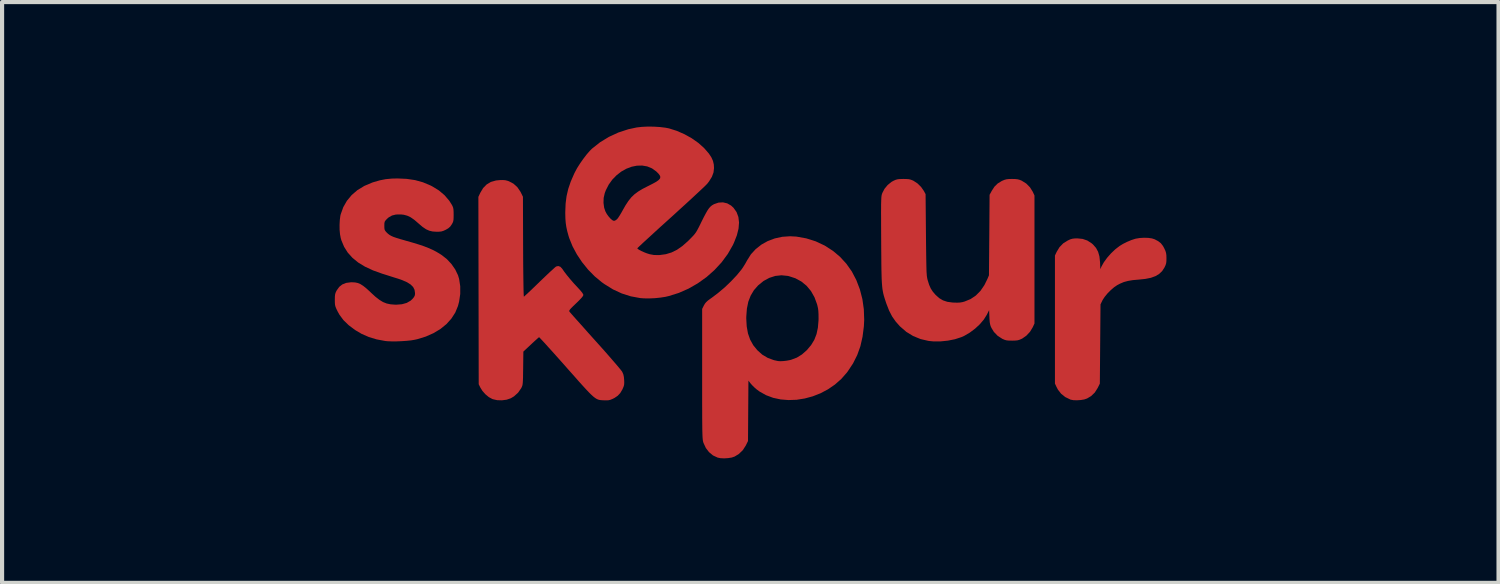
<source format=kicad_pcb>
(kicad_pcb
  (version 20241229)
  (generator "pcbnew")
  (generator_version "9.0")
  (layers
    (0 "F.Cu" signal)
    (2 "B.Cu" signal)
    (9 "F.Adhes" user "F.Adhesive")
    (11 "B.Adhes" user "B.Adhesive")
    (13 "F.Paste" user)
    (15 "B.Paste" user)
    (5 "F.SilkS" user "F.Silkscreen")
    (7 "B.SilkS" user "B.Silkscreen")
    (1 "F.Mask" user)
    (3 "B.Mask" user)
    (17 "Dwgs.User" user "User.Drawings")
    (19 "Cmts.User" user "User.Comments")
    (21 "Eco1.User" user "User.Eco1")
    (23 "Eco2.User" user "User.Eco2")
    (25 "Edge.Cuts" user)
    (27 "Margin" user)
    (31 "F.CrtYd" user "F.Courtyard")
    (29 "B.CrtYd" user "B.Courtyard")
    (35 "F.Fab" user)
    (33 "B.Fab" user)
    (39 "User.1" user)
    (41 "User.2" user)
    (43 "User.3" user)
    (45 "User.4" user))
  (footprint "skepur_logo_copper_mask"
    (layer "F.Cu")
    (at 15.03 3.99)
    (property "Reference" "skepur_logo_copper_mask" (at 0 0 0) (layer "F.Mask") (effects (font (size 1.524 1.524) (thickness 0.3))))
    (attr board_only exclude_from_pos_files exclude_from_bom)
    (fp_poly (pts (xy 9.588 -1.308) (xy 9.678 -1.295) (xy 9.741 -1.275) (xy 9.828 -1.229) (xy 9.893 -1.178) (xy 9.944 -1.112) (xy 9.974 -1.056) (xy 10.002 -0.996) (xy 10.017 -0.946) (xy 10.025 -0.892) (xy 10.027 -0.82) (xy 10.026 -0.749) (xy 10.02 -0.698) (xy 10.006 -0.652) (xy 9.982 -0.601) (xy 9.98 -0.596) (xy 9.925 -0.51) (xy 9.853 -0.441) (xy 9.764 -0.387) (xy 9.652 -0.346) (xy 9.516 -0.319) (xy 9.353 -0.302) (xy 9.351 -0.302) (xy 9.214 -0.29) (xy 9.101 -0.271) (xy 9.001 -0.244) (xy 8.908 -0.205) (xy 8.843 -0.171) (xy 8.765 -0.118) (xy 8.683 -0.047) (xy 8.604 0.033) (xy 8.537 0.115) (xy 8.488 0.19) (xy 8.484 0.199) (xy 8.438 0.294) (xy 8.43 1.249) (xy 8.422 2.204) (xy 8.369 2.31) (xy 8.3 2.419) (xy 8.211 2.504) (xy 8.114 2.562) (xy 8.047 2.585) (xy 7.963 2.599) (xy 7.872 2.605) (xy 7.787 2.603) (xy 7.719 2.59) (xy 7.711 2.587) (xy 7.589 2.528) (xy 7.49 2.449) (xy 7.412 2.349) (xy 7.376 2.28) (xy 7.34 2.203) (xy 7.34 -0.883) (xy 7.382 -0.972) (xy 7.451 -1.086) (xy 7.539 -1.176) (xy 7.648 -1.244) (xy 7.707 -1.272) (xy 7.757 -1.287) (xy 7.81 -1.294) (xy 7.88 -1.296) (xy 7.881 -1.296) (xy 8.008 -1.283) (xy 8.121 -1.244) (xy 8.226 -1.176) (xy 8.259 -1.147) (xy 8.33 -1.066) (xy 8.38 -0.973) (xy 8.412 -0.861) (xy 8.426 -0.727) (xy 8.427 -0.718) (xy 8.433 -0.554) (xy 8.463 -0.621) (xy 8.519 -0.721) (xy 8.597 -0.828) (xy 8.69 -0.934) (xy 8.792 -1.031) (xy 8.896 -1.112) (xy 8.896 -1.112) (xy 8.98 -1.163) (xy 9.08 -1.213) (xy 9.183 -1.256) (xy 9.275 -1.286) (xy 9.288 -1.289) (xy 9.384 -1.305) (xy 9.487 -1.311)) (stroke (width 0) (type solid)) (fill yes) (layer "F.Cu"))
    (fp_poly (pts (xy 1.11 -1.339) (xy 1.349 -1.296) (xy 1.577 -1.224) (xy 1.792 -1.123) (xy 1.992 -0.994) (xy 2.161 -0.852) (xy 2.314 -0.685) (xy 2.446 -0.498) (xy 2.554 -0.291) (xy 2.639 -0.069) (xy 2.7 0.167) (xy 2.735 0.413) (xy 2.744 0.668) (xy 2.736 0.824) (xy 2.704 1.074) (xy 2.652 1.303) (xy 2.576 1.515) (xy 2.476 1.715) (xy 2.35 1.906) (xy 2.327 1.937) (xy 2.192 2.091) (xy 2.039 2.226) (xy 1.871 2.341) (xy 1.692 2.436) (xy 1.504 2.51) (xy 1.311 2.562) (xy 1.116 2.593) (xy 0.922 2.6) (xy 0.732 2.585) (xy 0.55 2.546) (xy 0.378 2.482) (xy 0.22 2.393) (xy 0.15 2.341) (xy 0.095 2.293) (xy 0.042 2.24) (xy 0.005 2.198) (xy -0.046 2.131) (xy -0.051 2.859) (xy -0.056 3.587) (xy -0.108 3.693) (xy -0.181 3.807) (xy -0.278 3.9) (xy -0.378 3.961) (xy -0.448 3.985) (xy -0.537 3.999) (xy -0.632 4.005) (xy -0.722 4) (xy -0.789 3.986) (xy -0.9 3.934) (xy -0.995 3.855) (xy -1.072 3.755) (xy -1.127 3.636) (xy -1.132 3.622) (xy -1.137 3.606) (xy -1.141 3.587) (xy -1.145 3.564) (xy -1.148 3.535) (xy -1.151 3.498) (xy -1.153 3.451) (xy -1.155 3.392) (xy -1.157 3.32) (xy -1.158 3.231) (xy -1.159 3.125) (xy -1.16 2.999) (xy -1.16 2.852) (xy -1.161 2.681) (xy -1.161 2.484) (xy -1.161 2.259) (xy -1.161 2.005) (xy -1.161 1.966) (xy -1.161 0.636) (xy -0.098 0.636) (xy -0.087 0.826) (xy -0.057 0.994) (xy -0.004 1.144) (xy 0.071 1.279) (xy 0.169 1.399) (xy 0.287 1.505) (xy 0.42 1.584) (xy 0.57 1.639) (xy 0.668 1.66) (xy 0.724 1.664) (xy 0.8 1.66) (xy 0.883 1.65) (xy 0.961 1.635) (xy 0.986 1.628) (xy 1.121 1.577) (xy 1.244 1.501) (xy 1.362 1.397) (xy 1.364 1.394) (xy 1.465 1.275) (xy 1.541 1.149) (xy 1.595 1.011) (xy 1.628 0.857) (xy 1.643 0.681) (xy 1.644 0.628) (xy 1.643 0.53) (xy 1.639 0.453) (xy 1.631 0.389) (xy 1.617 0.327) (xy 1.609 0.295) (xy 1.546 0.123) (xy 1.461 -0.027) (xy 1.355 -0.154) (xy 1.229 -0.257) (xy 1.085 -0.335) (xy 0.924 -0.387) (xy 0.901 -0.392) (xy 0.75 -0.407) (xy 0.601 -0.391) (xy 0.456 -0.344) (xy 0.318 -0.269) (xy 0.189 -0.164) (xy 0.188 -0.163) (xy 0.086 -0.047) (xy 0.008 0.084) (xy -0.049 0.231) (xy -0.083 0.398) (xy -0.097 0.587) (xy -0.098 0.636) (xy -1.161 0.636) (xy -1.161 0.404) (xy -1.12 0.322) (xy -1.096 0.28) (xy -1.067 0.244) (xy -1.027 0.206) (xy -0.968 0.162) (xy -0.932 0.137) (xy -0.775 0.018) (xy -0.616 -0.116) (xy -0.465 -0.261) (xy -0.327 -0.407) (xy -0.213 -0.546) (xy -0.172 -0.606) (xy -0.125 -0.681) (xy -0.083 -0.756) (xy -0.076 -0.769) (xy 0.015 -0.913) (xy 0.131 -1.039) (xy 0.267 -1.146) (xy 0.421 -1.232) (xy 0.589 -1.295) (xy 0.769 -1.334) (xy 0.957 -1.347)) (stroke (width 0) (type solid)) (fill yes) (layer "F.Cu"))
    (fp_poly (pts (xy 6.383 -2.726) (xy 6.439 -2.72) (xy 6.486 -2.708) (xy 6.537 -2.687) (xy 6.539 -2.686) (xy 6.648 -2.618) (xy 6.739 -2.526) (xy 6.805 -2.42) (xy 6.847 -2.33) (xy 6.847 0.755) (xy 6.805 0.846) (xy 6.739 0.955) (xy 6.653 1.047) (xy 6.555 1.116) (xy 6.539 1.124) (xy 6.489 1.146) (xy 6.442 1.16) (xy 6.388 1.166) (xy 6.316 1.168) (xy 6.306 1.168) (xy 6.232 1.167) (xy 6.178 1.162) (xy 6.134 1.151) (xy 6.087 1.131) (xy 6.073 1.125) (xy 5.961 1.053) (xy 5.869 0.958) (xy 5.811 0.863) (xy 5.79 0.817) (xy 5.777 0.771) (xy 5.768 0.718) (xy 5.763 0.646) (xy 5.761 0.604) (xy 5.754 0.433) (xy 5.697 0.547) (xy 5.626 0.66) (xy 5.53 0.773) (xy 5.416 0.879) (xy 5.289 0.974) (xy 5.156 1.052) (xy 5.082 1.085) (xy 4.931 1.134) (xy 4.762 1.168) (xy 4.587 1.186) (xy 4.417 1.187) (xy 4.295 1.175) (xy 4.102 1.13) (xy 3.923 1.057) (xy 3.758 0.956) (xy 3.607 0.825) (xy 3.602 0.82) (xy 3.501 0.706) (xy 3.416 0.584) (xy 3.345 0.447) (xy 3.282 0.286) (xy 3.274 0.264) (xy 3.253 0.2) (xy 3.234 0.142) (xy 3.218 0.088) (xy 3.204 0.035) (xy 3.193 -0.021) (xy 3.183 -0.081) (xy 3.176 -0.148) (xy 3.17 -0.225) (xy 3.165 -0.316) (xy 3.162 -0.422) (xy 3.159 -0.546) (xy 3.157 -0.692) (xy 3.156 -0.861) (xy 3.154 -1.058) (xy 3.153 -1.25) (xy 3.152 -1.458) (xy 3.151 -1.638) (xy 3.151 -1.79) (xy 3.15 -1.918) (xy 3.151 -2.024) (xy 3.151 -2.11) (xy 3.153 -2.179) (xy 3.155 -2.234) (xy 3.157 -2.276) (xy 3.16 -2.309) (xy 3.164 -2.335) (xy 3.169 -2.356) (xy 3.175 -2.374) (xy 3.181 -2.39) (xy 3.233 -2.49) (xy 3.309 -2.582) (xy 3.4 -2.656) (xy 3.448 -2.683) (xy 3.496 -2.705) (xy 3.539 -2.718) (xy 3.588 -2.725) (xy 3.653 -2.727) (xy 3.69 -2.728) (xy 3.766 -2.726) (xy 3.821 -2.722) (xy 3.865 -2.711) (xy 3.909 -2.694) (xy 3.931 -2.684) (xy 4.027 -2.621) (xy 4.114 -2.536) (xy 4.183 -2.437) (xy 4.186 -2.431) (xy 4.223 -2.362) (xy 4.232 -1.384) (xy 4.234 -1.182) (xy 4.236 -1.01) (xy 4.238 -0.864) (xy 4.24 -0.741) (xy 4.242 -0.641) (xy 4.244 -0.558) (xy 4.246 -0.492) (xy 4.25 -0.439) (xy 4.253 -0.396) (xy 4.258 -0.361) (xy 4.263 -0.332) (xy 4.269 -0.306) (xy 4.275 -0.284) (xy 4.309 -0.176) (xy 4.347 -0.09) (xy 4.395 -0.015) (xy 4.46 0.061) (xy 4.464 0.065) (xy 4.55 0.143) (xy 4.641 0.197) (xy 4.745 0.232) (xy 4.868 0.249) (xy 4.901 0.251) (xy 4.985 0.253) (xy 5.051 0.25) (xy 5.11 0.24) (xy 5.165 0.225) (xy 5.308 0.166) (xy 5.434 0.081) (xy 5.545 -0.031) (xy 5.64 -0.17) (xy 5.713 -0.318) (xy 5.75 -0.406) (xy 5.758 -1.376) (xy 5.765 -2.346) (xy 5.82 -2.446) (xy 5.884 -2.544) (xy 5.961 -2.619) (xy 6.059 -2.679) (xy 6.075 -2.686) (xy 6.125 -2.707) (xy 6.173 -2.72) (xy 6.229 -2.726) (xy 6.305 -2.728) (xy 6.306 -2.728)) (stroke (width 0) (type solid)) (fill yes) (layer "F.Cu"))
    (fp_poly (pts (xy -5.907 -2.698) (xy -5.855 -2.685) (xy -5.819 -2.673) (xy -5.707 -2.614) (xy -5.614 -2.53) (xy -5.54 -2.422) (xy -5.531 -2.405) (xy -5.479 -2.299) (xy -5.475 -1.093) (xy -5.474 -0.875) (xy -5.473 -0.674) (xy -5.471 -0.492) (xy -5.469 -0.331) (xy -5.467 -0.193) (xy -5.465 -0.078) (xy -5.463 0.011) (xy -5.46 0.072) (xy -5.458 0.104) (xy -5.456 0.109) (xy -5.442 0.097) (xy -5.407 0.065) (xy -5.355 0.017) (xy -5.289 -0.045) (xy -5.212 -0.119) (xy -5.126 -0.202) (xy -5.079 -0.248) (xy -4.988 -0.335) (xy -4.904 -0.415) (xy -4.829 -0.486) (xy -4.765 -0.544) (xy -4.717 -0.588) (xy -4.687 -0.613) (xy -4.68 -0.618) (xy -4.628 -0.63) (xy -4.578 -0.612) (xy -4.534 -0.566) (xy -4.53 -0.56) (xy -4.484 -0.493) (xy -4.42 -0.41) (xy -4.343 -0.316) (xy -4.258 -0.218) (xy -4.169 -0.122) (xy -4.166 -0.119) (xy -4.095 -0.041) (xy -4.048 0.017) (xy -4.026 0.056) (xy -4.024 0.067) (xy -4.032 0.091) (xy -4.06 0.128) (xy -4.108 0.18) (xy -4.178 0.25) (xy -4.201 0.272) (xy -4.269 0.337) (xy -4.316 0.384) (xy -4.345 0.416) (xy -4.36 0.439) (xy -4.364 0.455) (xy -4.359 0.468) (xy -4.356 0.472) (xy -4.342 0.489) (xy -4.308 0.528) (xy -4.257 0.586) (xy -4.19 0.661) (xy -4.11 0.75) (xy -4.019 0.852) (xy -3.919 0.965) (xy -3.811 1.085) (xy -3.73 1.175) (xy -3.617 1.301) (xy -3.509 1.422) (xy -3.409 1.536) (xy -3.319 1.64) (xy -3.24 1.731) (xy -3.175 1.808) (xy -3.126 1.867) (xy -3.095 1.907) (xy -3.086 1.922) (xy -3.061 1.978) (xy -3.047 2.041) (xy -3.04 2.12) (xy -3.038 2.187) (xy -3.042 2.236) (xy -3.055 2.28) (xy -3.078 2.333) (xy -3.084 2.346) (xy -3.135 2.432) (xy -3.196 2.497) (xy -3.275 2.55) (xy -3.321 2.573) (xy -3.373 2.594) (xy -3.419 2.605) (xy -3.475 2.607) (xy -3.528 2.606) (xy -3.57 2.604) (xy -3.606 2.601) (xy -3.64 2.596) (xy -3.673 2.586) (xy -3.707 2.57) (xy -3.743 2.547) (xy -3.784 2.515) (xy -3.832 2.471) (xy -3.889 2.415) (xy -3.956 2.344) (xy -4.036 2.257) (xy -4.13 2.153) (xy -4.24 2.028) (xy -4.369 1.883) (xy -4.439 1.804) (xy -4.553 1.675) (xy -4.661 1.554) (xy -4.761 1.442) (xy -4.852 1.342) (xy -4.93 1.255) (xy -4.995 1.184) (xy -5.045 1.131) (xy -5.077 1.097) (xy -5.091 1.085) (xy -5.091 1.085) (xy -5.106 1.097) (xy -5.14 1.127) (xy -5.189 1.171) (xy -5.248 1.225) (xy -5.286 1.261) (xy -5.469 1.432) (xy -5.474 1.833) (xy -5.476 1.957) (xy -5.477 2.053) (xy -5.48 2.125) (xy -5.483 2.18) (xy -5.487 2.219) (xy -5.493 2.249) (xy -5.502 2.274) (xy -5.513 2.298) (xy -5.521 2.314) (xy -5.597 2.423) (xy -5.695 2.511) (xy -5.772 2.557) (xy -5.872 2.591) (xy -5.985 2.606) (xy -6.1 2.603) (xy -6.205 2.579) (xy -6.218 2.574) (xy -6.301 2.529) (xy -6.383 2.461) (xy -6.455 2.38) (xy -6.506 2.298) (xy -6.545 2.219) (xy -6.549 -0.039) (xy -6.553 -2.296) (xy -6.507 -2.394) (xy -6.439 -2.508) (xy -6.354 -2.595) (xy -6.252 -2.656) (xy -6.13 -2.691) (xy -6.044 -2.7) (xy -5.966 -2.702)) (stroke (width 0) (type solid)) (fill yes) (layer "F.Cu"))
    (fp_poly (pts (xy -8.28 -2.73) (xy -8.078 -2.7) (xy -7.89 -2.648) (xy -7.711 -2.573) (xy -7.667 -2.551) (xy -7.504 -2.451) (xy -7.368 -2.336) (xy -7.255 -2.204) (xy -7.193 -2.106) (xy -7.173 -2.067) (xy -7.16 -2.031) (xy -7.153 -1.989) (xy -7.15 -1.933) (xy -7.149 -1.868) (xy -7.15 -1.793) (xy -7.153 -1.741) (xy -7.161 -1.702) (xy -7.174 -1.669) (xy -7.196 -1.631) (xy -7.197 -1.629) (xy -7.235 -1.576) (xy -7.281 -1.537) (xy -7.34 -1.503) (xy -7.395 -1.478) (xy -7.443 -1.463) (xy -7.498 -1.457) (xy -7.563 -1.456) (xy -7.655 -1.462) (xy -7.736 -1.481) (xy -7.814 -1.516) (xy -7.896 -1.571) (xy -7.988 -1.649) (xy -8 -1.66) (xy -8.097 -1.743) (xy -8.183 -1.803) (xy -8.265 -1.842) (xy -8.349 -1.865) (xy -8.421 -1.873) (xy -8.538 -1.871) (xy -8.635 -1.847) (xy -8.717 -1.8) (xy -8.757 -1.764) (xy -8.791 -1.727) (xy -8.81 -1.697) (xy -8.818 -1.66) (xy -8.819 -1.606) (xy -8.819 -1.599) (xy -8.818 -1.541) (xy -8.811 -1.503) (xy -8.794 -1.473) (xy -8.764 -1.439) (xy -8.73 -1.407) (xy -8.695 -1.38) (xy -8.653 -1.356) (xy -8.6 -1.332) (xy -8.53 -1.308) (xy -8.44 -1.28) (xy -8.324 -1.247) (xy -8.308 -1.242) (xy -8.135 -1.193) (xy -7.988 -1.148) (xy -7.863 -1.106) (xy -7.755 -1.064) (xy -7.66 -1.022) (xy -7.572 -0.977) (xy -7.488 -0.927) (xy -7.441 -0.897) (xy -7.313 -0.797) (xy -7.202 -0.678) (xy -7.111 -0.547) (xy -7.044 -0.408) (xy -7.017 -0.318) (xy -6.99 -0.142) (xy -6.99 0.042) (xy -7.017 0.227) (xy -7.045 0.334) (xy -7.11 0.492) (xy -7.204 0.638) (xy -7.323 0.77) (xy -7.467 0.887) (xy -7.633 0.987) (xy -7.82 1.07) (xy -8.025 1.133) (xy -8.088 1.147) (xy -8.176 1.162) (xy -8.286 1.173) (xy -8.406 1.181) (xy -8.529 1.186) (xy -8.645 1.186) (xy -8.745 1.182) (xy -8.795 1.177) (xy -9.004 1.138) (xy -9.192 1.081) (xy -9.366 1.005) (xy -9.524 0.912) (xy -9.678 0.796) (xy -9.804 0.674) (xy -9.901 0.543) (xy -9.944 0.466) (xy -9.976 0.4) (xy -9.996 0.351) (xy -10.007 0.306) (xy -10.011 0.256) (xy -10.012 0.188) (xy -10.012 0.184) (xy -10.011 0.111) (xy -10.006 0.06) (xy -9.996 0.019) (xy -9.978 -0.021) (xy -9.966 -0.043) (xy -9.906 -0.127) (xy -9.832 -0.186) (xy -9.74 -0.223) (xy -9.626 -0.238) (xy -9.591 -0.238) (xy -9.52 -0.234) (xy -9.456 -0.22) (xy -9.393 -0.193) (xy -9.327 -0.151) (xy -9.251 -0.09) (xy -9.162 -0.009) (xy -9.14 0.013) (xy -9.034 0.11) (xy -8.939 0.184) (xy -8.851 0.238) (xy -8.763 0.273) (xy -8.668 0.293) (xy -8.562 0.301) (xy -8.531 0.302) (xy -8.395 0.291) (xy -8.28 0.259) (xy -8.186 0.205) (xy -8.145 0.167) (xy -8.108 0.123) (xy -8.088 0.088) (xy -8.08 0.049) (xy -8.08 0.02) (xy -8.091 -0.056) (xy -8.125 -0.124) (xy -8.185 -0.184) (xy -8.272 -0.239) (xy -8.388 -0.29) (xy -8.485 -0.324) (xy -8.573 -0.351) (xy -8.677 -0.384) (xy -8.783 -0.418) (xy -8.867 -0.444) (xy -9.09 -0.524) (xy -9.284 -0.614) (xy -9.45 -0.715) (xy -9.588 -0.828) (xy -9.701 -0.954) (xy -9.789 -1.094) (xy -9.854 -1.249) (xy -9.87 -1.305) (xy -9.887 -1.396) (xy -9.897 -1.505) (xy -9.898 -1.623) (xy -9.892 -1.738) (xy -9.879 -1.839) (xy -9.87 -1.877) (xy -9.808 -2.049) (xy -9.72 -2.203) (xy -9.605 -2.341) (xy -9.466 -2.46) (xy -9.301 -2.56) (xy -9.113 -2.64) (xy -9.074 -2.653) (xy -8.927 -2.695) (xy -8.785 -2.723) (xy -8.636 -2.737) (xy -8.501 -2.74)) (stroke (width 0) (type solid)) (fill yes) (layer "F.Cu"))
    (fp_poly (pts (xy -2.323 -3.988) (xy -2.178 -3.979) (xy -2.046 -3.963) (xy -1.959 -3.946) (xy -1.772 -3.887) (xy -1.589 -3.807) (xy -1.414 -3.71) (xy -1.255 -3.598) (xy -1.116 -3.475) (xy -1.003 -3.345) (xy -1.001 -3.343) (xy -0.939 -3.249) (xy -0.9 -3.163) (xy -0.88 -3.076) (xy -0.875 -2.99) (xy -0.887 -2.885) (xy -0.926 -2.78) (xy -0.993 -2.671) (xy -1.037 -2.614) (xy -1.061 -2.589) (xy -1.105 -2.545) (xy -1.17 -2.484) (xy -1.251 -2.408) (xy -1.348 -2.318) (xy -1.457 -2.217) (xy -1.578 -2.106) (xy -1.707 -1.989) (xy -1.842 -1.865) (xy -1.912 -1.802) (xy -2.048 -1.679) (xy -2.177 -1.563) (xy -2.296 -1.454) (xy -2.405 -1.354) (xy -2.501 -1.266) (xy -2.583 -1.191) (xy -2.647 -1.131) (xy -2.693 -1.088) (xy -2.719 -1.063) (xy -2.723 -1.058) (xy -2.712 -1.042) (xy -2.678 -1.019) (xy -2.627 -0.992) (xy -2.565 -0.964) (xy -2.5 -0.938) (xy -2.437 -0.918) (xy -2.418 -0.913) (xy -2.325 -0.896) (xy -2.223 -0.893) (xy -2.179 -0.895) (xy -2.035 -0.915) (xy -1.9 -0.956) (xy -1.768 -1.021) (xy -1.637 -1.112) (xy -1.502 -1.231) (xy -1.47 -1.263) (xy -1.414 -1.32) (xy -1.37 -1.366) (xy -1.335 -1.408) (xy -1.304 -1.452) (xy -1.274 -1.504) (xy -1.239 -1.57) (xy -1.197 -1.655) (xy -1.178 -1.694) (xy -1.12 -1.81) (xy -1.072 -1.9) (xy -1.032 -1.97) (xy -0.996 -2.022) (xy -0.961 -2.061) (xy -0.925 -2.091) (xy -0.885 -2.115) (xy -0.871 -2.122) (xy -0.766 -2.158) (xy -0.66 -2.164) (xy -0.557 -2.14) (xy -0.464 -2.087) (xy -0.405 -2.033) (xy -0.332 -1.93) (xy -0.288 -1.812) (xy -0.272 -1.679) (xy -0.284 -1.532) (xy -0.324 -1.371) (xy -0.393 -1.195) (xy -0.421 -1.134) (xy -0.543 -0.921) (xy -0.692 -0.719) (xy -0.864 -0.533) (xy -1.056 -0.363) (xy -1.266 -0.213) (xy -1.489 -0.085) (xy -1.723 0.018) (xy -1.963 0.093) (xy -2.044 0.112) (xy -2.165 0.131) (xy -2.301 0.145) (xy -2.439 0.151) (xy -2.568 0.149) (xy -2.656 0.142) (xy -2.882 0.1) (xy -3.098 0.031) (xy -3.308 -0.066) (xy -3.515 -0.194) (xy -3.581 -0.241) (xy -3.751 -0.382) (xy -3.91 -0.544) (xy -4.054 -0.722) (xy -4.18 -0.911) (xy -4.284 -1.105) (xy -4.362 -1.298) (xy -4.38 -1.354) (xy -4.412 -1.471) (xy -4.434 -1.572) (xy -4.448 -1.668) (xy -4.456 -1.77) (xy -4.459 -1.89) (xy -4.459 -1.932) (xy -4.451 -2.131) (xy -4.449 -2.151) (xy -3.538 -2.151) (xy -3.522 -2.034) (xy -3.493 -1.948) (xy -3.458 -1.883) (xy -3.413 -1.821) (xy -3.366 -1.769) (xy -3.322 -1.732) (xy -3.286 -1.718) (xy -3.284 -1.718) (xy -3.251 -1.729) (xy -3.214 -1.756) (xy -3.209 -1.761) (xy -3.183 -1.794) (xy -3.149 -1.846) (xy -3.11 -1.911) (xy -3.085 -1.956) (xy -3.01 -2.088) (xy -2.94 -2.195) (xy -2.869 -2.284) (xy -2.792 -2.358) (xy -2.702 -2.425) (xy -2.594 -2.49) (xy -2.462 -2.558) (xy -2.457 -2.56) (xy -2.347 -2.616) (xy -2.264 -2.662) (xy -2.208 -2.703) (xy -2.176 -2.74) (xy -2.168 -2.777) (xy -2.183 -2.816) (xy -2.217 -2.86) (xy -2.267 -2.909) (xy -2.37 -2.983) (xy -2.484 -3.03) (xy -2.606 -3.051) (xy -2.733 -3.048) (xy -2.861 -3.022) (xy -2.988 -2.974) (xy -3.109 -2.906) (xy -3.222 -2.818) (xy -3.325 -2.713) (xy -3.412 -2.592) (xy -3.482 -2.455) (xy -3.508 -2.386) (xy -3.534 -2.272) (xy -3.538 -2.151) (xy -4.449 -2.151) (xy -4.428 -2.314) (xy -4.387 -2.49) (xy -4.326 -2.668) (xy -4.244 -2.856) (xy -4.228 -2.888) (xy -4.174 -2.989) (xy -4.105 -3.098) (xy -4.028 -3.208) (xy -3.949 -3.312) (xy -3.872 -3.401) (xy -3.814 -3.459) (xy -3.622 -3.611) (xy -3.411 -3.74) (xy -3.182 -3.846) (xy -2.942 -3.925) (xy -2.738 -3.969) (xy -2.613 -3.983) (xy -2.471 -3.99)) (stroke (width 0) (type solid)) (fill yes) (layer "F.Cu"))
    (fp_poly (pts (xy 9.588 -1.308) (xy 9.678 -1.295) (xy 9.741 -1.275) (xy 9.828 -1.229) (xy 9.893 -1.178) (xy 9.944 -1.112) (xy 9.974 -1.056) (xy 10.002 -0.996) (xy 10.017 -0.946) (xy 10.025 -0.892) (xy 10.027 -0.82) (xy 10.026 -0.749) (xy 10.02 -0.698) (xy 10.006 -0.652) (xy 9.982 -0.601) (xy 9.98 -0.596) (xy 9.925 -0.51) (xy 9.853 -0.441) (xy 9.764 -0.387) (xy 9.652 -0.346) (xy 9.516 -0.319) (xy 9.353 -0.302) (xy 9.351 -0.302) (xy 9.214 -0.29) (xy 9.101 -0.271) (xy 9.001 -0.244) (xy 8.908 -0.205) (xy 8.843 -0.171) (xy 8.765 -0.118) (xy 8.683 -0.047) (xy 8.604 0.033) (xy 8.537 0.115) (xy 8.488 0.19) (xy 8.484 0.199) (xy 8.438 0.294) (xy 8.43 1.249) (xy 8.422 2.204) (xy 8.369 2.31) (xy 8.3 2.419) (xy 8.211 2.504) (xy 8.114 2.562) (xy 8.047 2.585) (xy 7.963 2.599) (xy 7.872 2.605) (xy 7.787 2.603) (xy 7.719 2.59) (xy 7.711 2.587) (xy 7.589 2.528) (xy 7.49 2.449) (xy 7.412 2.349) (xy 7.376 2.28) (xy 7.34 2.203) (xy 7.34 -0.883) (xy 7.382 -0.972) (xy 7.451 -1.086) (xy 7.539 -1.176) (xy 7.648 -1.244) (xy 7.707 -1.272) (xy 7.757 -1.287) (xy 7.81 -1.294) (xy 7.88 -1.296) (xy 7.881 -1.296) (xy 8.008 -1.283) (xy 8.121 -1.244) (xy 8.226 -1.176) (xy 8.259 -1.147) (xy 8.33 -1.066) (xy 8.38 -0.973) (xy 8.412 -0.861) (xy 8.426 -0.727) (xy 8.427 -0.718) (xy 8.433 -0.554) (xy 8.463 -0.621) (xy 8.519 -0.721) (xy 8.597 -0.828) (xy 8.69 -0.934) (xy 8.792 -1.031) (xy 8.896 -1.112) (xy 8.896 -1.112) (xy 8.98 -1.163) (xy 9.08 -1.213) (xy 9.183 -1.256) (xy 9.275 -1.286) (xy 9.288 -1.289) (xy 9.384 -1.305) (xy 9.487 -1.311)) (stroke (width 0) (type solid)) (fill yes) (layer "F.Mask"))
    (fp_poly (pts (xy 1.11 -1.339) (xy 1.349 -1.296) (xy 1.577 -1.224) (xy 1.792 -1.123) (xy 1.992 -0.994) (xy 2.161 -0.852) (xy 2.314 -0.685) (xy 2.446 -0.498) (xy 2.554 -0.291) (xy 2.639 -0.069) (xy 2.7 0.167) (xy 2.735 0.413) (xy 2.744 0.668) (xy 2.736 0.824) (xy 2.704 1.074) (xy 2.652 1.303) (xy 2.576 1.515) (xy 2.476 1.715) (xy 2.35 1.906) (xy 2.327 1.937) (xy 2.192 2.091) (xy 2.039 2.226) (xy 1.871 2.341) (xy 1.692 2.436) (xy 1.504 2.51) (xy 1.311 2.562) (xy 1.116 2.593) (xy 0.922 2.6) (xy 0.732 2.585) (xy 0.55 2.546) (xy 0.378 2.482) (xy 0.22 2.393) (xy 0.15 2.341) (xy 0.095 2.293) (xy 0.042 2.24) (xy 0.005 2.198) (xy -0.046 2.131) (xy -0.051 2.859) (xy -0.056 3.587) (xy -0.108 3.693) (xy -0.181 3.807) (xy -0.278 3.9) (xy -0.378 3.961) (xy -0.448 3.985) (xy -0.537 3.999) (xy -0.632 4.005) (xy -0.722 4) (xy -0.789 3.986) (xy -0.9 3.934) (xy -0.995 3.855) (xy -1.072 3.755) (xy -1.127 3.636) (xy -1.132 3.622) (xy -1.137 3.606) (xy -1.141 3.587) (xy -1.145 3.564) (xy -1.148 3.535) (xy -1.151 3.498) (xy -1.153 3.451) (xy -1.155 3.392) (xy -1.157 3.32) (xy -1.158 3.231) (xy -1.159 3.125) (xy -1.16 2.999) (xy -1.16 2.852) (xy -1.161 2.681) (xy -1.161 2.484) (xy -1.161 2.259) (xy -1.161 2.005) (xy -1.161 1.966) (xy -1.161 0.636) (xy -0.098 0.636) (xy -0.087 0.826) (xy -0.057 0.994) (xy -0.004 1.144) (xy 0.071 1.279) (xy 0.169 1.399) (xy 0.287 1.505) (xy 0.42 1.584) (xy 0.57 1.639) (xy 0.668 1.66) (xy 0.724 1.664) (xy 0.8 1.66) (xy 0.883 1.65) (xy 0.961 1.635) (xy 0.986 1.628) (xy 1.121 1.577) (xy 1.244 1.501) (xy 1.362 1.397) (xy 1.364 1.394) (xy 1.465 1.275) (xy 1.541 1.149) (xy 1.595 1.011) (xy 1.628 0.857) (xy 1.643 0.681) (xy 1.644 0.628) (xy 1.643 0.53) (xy 1.639 0.453) (xy 1.631 0.389) (xy 1.617 0.327) (xy 1.609 0.295) (xy 1.546 0.123) (xy 1.461 -0.027) (xy 1.355 -0.154) (xy 1.229 -0.257) (xy 1.085 -0.335) (xy 0.924 -0.387) (xy 0.901 -0.392) (xy 0.75 -0.407) (xy 0.601 -0.391) (xy 0.456 -0.344) (xy 0.318 -0.269) (xy 0.189 -0.164) (xy 0.188 -0.163) (xy 0.086 -0.047) (xy 0.008 0.084) (xy -0.049 0.231) (xy -0.083 0.398) (xy -0.097 0.587) (xy -0.098 0.636) (xy -1.161 0.636) (xy -1.161 0.404) (xy -1.12 0.322) (xy -1.096 0.28) (xy -1.067 0.244) (xy -1.027 0.206) (xy -0.968 0.162) (xy -0.932 0.137) (xy -0.775 0.018) (xy -0.616 -0.116) (xy -0.465 -0.261) (xy -0.327 -0.407) (xy -0.213 -0.546) (xy -0.172 -0.606) (xy -0.125 -0.681) (xy -0.083 -0.756) (xy -0.076 -0.769) (xy 0.015 -0.913) (xy 0.131 -1.039) (xy 0.267 -1.146) (xy 0.421 -1.232) (xy 0.589 -1.295) (xy 0.769 -1.334) (xy 0.957 -1.347)) (stroke (width 0) (type solid)) (fill yes) (layer "F.Mask"))
    (fp_poly (pts (xy 6.383 -2.726) (xy 6.439 -2.72) (xy 6.486 -2.708) (xy 6.537 -2.687) (xy 6.539 -2.686) (xy 6.648 -2.618) (xy 6.739 -2.526) (xy 6.805 -2.42) (xy 6.847 -2.33) (xy 6.847 0.755) (xy 6.805 0.846) (xy 6.739 0.955) (xy 6.653 1.047) (xy 6.555 1.116) (xy 6.539 1.124) (xy 6.489 1.146) (xy 6.442 1.16) (xy 6.388 1.166) (xy 6.316 1.168) (xy 6.306 1.168) (xy 6.232 1.167) (xy 6.178 1.162) (xy 6.134 1.151) (xy 6.087 1.131) (xy 6.073 1.125) (xy 5.961 1.053) (xy 5.869 0.958) (xy 5.811 0.863) (xy 5.79 0.817) (xy 5.777 0.771) (xy 5.768 0.718) (xy 5.763 0.646) (xy 5.761 0.604) (xy 5.754 0.433) (xy 5.697 0.547) (xy 5.626 0.66) (xy 5.53 0.773) (xy 5.416 0.879) (xy 5.289 0.974) (xy 5.156 1.052) (xy 5.082 1.085) (xy 4.931 1.134) (xy 4.762 1.168) (xy 4.587 1.186) (xy 4.417 1.187) (xy 4.295 1.175) (xy 4.102 1.13) (xy 3.923 1.057) (xy 3.758 0.956) (xy 3.607 0.825) (xy 3.602 0.82) (xy 3.501 0.706) (xy 3.416 0.584) (xy 3.345 0.447) (xy 3.282 0.286) (xy 3.274 0.264) (xy 3.253 0.2) (xy 3.234 0.142) (xy 3.218 0.088) (xy 3.204 0.035) (xy 3.193 -0.021) (xy 3.183 -0.081) (xy 3.176 -0.148) (xy 3.17 -0.225) (xy 3.165 -0.316) (xy 3.162 -0.422) (xy 3.159 -0.546) (xy 3.157 -0.692) (xy 3.156 -0.861) (xy 3.154 -1.058) (xy 3.153 -1.25) (xy 3.152 -1.458) (xy 3.151 -1.638) (xy 3.151 -1.79) (xy 3.15 -1.918) (xy 3.151 -2.024) (xy 3.151 -2.11) (xy 3.153 -2.179) (xy 3.155 -2.234) (xy 3.157 -2.276) (xy 3.16 -2.309) (xy 3.164 -2.335) (xy 3.169 -2.356) (xy 3.175 -2.374) (xy 3.181 -2.39) (xy 3.233 -2.49) (xy 3.309 -2.582) (xy 3.4 -2.656) (xy 3.448 -2.683) (xy 3.496 -2.705) (xy 3.539 -2.718) (xy 3.588 -2.725) (xy 3.653 -2.727) (xy 3.69 -2.728) (xy 3.766 -2.726) (xy 3.821 -2.722) (xy 3.865 -2.711) (xy 3.909 -2.694) (xy 3.931 -2.684) (xy 4.027 -2.621) (xy 4.114 -2.536) (xy 4.183 -2.437) (xy 4.186 -2.431) (xy 4.223 -2.362) (xy 4.232 -1.384) (xy 4.234 -1.182) (xy 4.236 -1.01) (xy 4.238 -0.864) (xy 4.24 -0.741) (xy 4.242 -0.641) (xy 4.244 -0.558) (xy 4.246 -0.492) (xy 4.25 -0.439) (xy 4.253 -0.396) (xy 4.258 -0.361) (xy 4.263 -0.332) (xy 4.269 -0.306) (xy 4.275 -0.284) (xy 4.309 -0.176) (xy 4.347 -0.09) (xy 4.395 -0.015) (xy 4.46 0.061) (xy 4.464 0.065) (xy 4.55 0.143) (xy 4.641 0.197) (xy 4.745 0.232) (xy 4.868 0.249) (xy 4.901 0.251) (xy 4.985 0.253) (xy 5.051 0.25) (xy 5.11 0.24) (xy 5.165 0.225) (xy 5.308 0.166) (xy 5.434 0.081) (xy 5.545 -0.031) (xy 5.64 -0.17) (xy 5.713 -0.318) (xy 5.75 -0.406) (xy 5.758 -1.376) (xy 5.765 -2.346) (xy 5.82 -2.446) (xy 5.884 -2.544) (xy 5.961 -2.619) (xy 6.059 -2.679) (xy 6.075 -2.686) (xy 6.125 -2.707) (xy 6.173 -2.72) (xy 6.229 -2.726) (xy 6.305 -2.728) (xy 6.306 -2.728)) (stroke (width 0) (type solid)) (fill yes) (layer "F.Mask"))
    (fp_poly (pts (xy -5.907 -2.698) (xy -5.855 -2.685) (xy -5.819 -2.673) (xy -5.707 -2.614) (xy -5.614 -2.53) (xy -5.54 -2.422) (xy -5.531 -2.405) (xy -5.479 -2.299) (xy -5.475 -1.093) (xy -5.474 -0.875) (xy -5.473 -0.674) (xy -5.471 -0.492) (xy -5.469 -0.331) (xy -5.467 -0.193) (xy -5.465 -0.078) (xy -5.463 0.011) (xy -5.46 0.072) (xy -5.458 0.104) (xy -5.456 0.109) (xy -5.442 0.097) (xy -5.407 0.065) (xy -5.355 0.017) (xy -5.289 -0.045) (xy -5.212 -0.119) (xy -5.126 -0.202) (xy -5.079 -0.248) (xy -4.988 -0.335) (xy -4.904 -0.415) (xy -4.829 -0.486) (xy -4.765 -0.544) (xy -4.717 -0.588) (xy -4.687 -0.613) (xy -4.68 -0.618) (xy -4.628 -0.63) (xy -4.578 -0.612) (xy -4.534 -0.566) (xy -4.53 -0.56) (xy -4.484 -0.493) (xy -4.42 -0.41) (xy -4.343 -0.316) (xy -4.258 -0.218) (xy -4.169 -0.122) (xy -4.166 -0.119) (xy -4.095 -0.041) (xy -4.048 0.017) (xy -4.026 0.056) (xy -4.024 0.067) (xy -4.032 0.091) (xy -4.06 0.128) (xy -4.108 0.18) (xy -4.178 0.25) (xy -4.201 0.272) (xy -4.269 0.337) (xy -4.316 0.384) (xy -4.345 0.416) (xy -4.36 0.439) (xy -4.364 0.455) (xy -4.359 0.468) (xy -4.356 0.472) (xy -4.342 0.489) (xy -4.308 0.528) (xy -4.257 0.586) (xy -4.19 0.661) (xy -4.11 0.75) (xy -4.019 0.852) (xy -3.919 0.965) (xy -3.811 1.085) (xy -3.73 1.175) (xy -3.617 1.301) (xy -3.509 1.422) (xy -3.409 1.536) (xy -3.319 1.64) (xy -3.24 1.731) (xy -3.175 1.808) (xy -3.126 1.867) (xy -3.095 1.907) (xy -3.086 1.922) (xy -3.061 1.978) (xy -3.047 2.041) (xy -3.04 2.12) (xy -3.038 2.187) (xy -3.042 2.236) (xy -3.055 2.28) (xy -3.078 2.333) (xy -3.084 2.346) (xy -3.135 2.432) (xy -3.196 2.497) (xy -3.275 2.55) (xy -3.321 2.573) (xy -3.373 2.594) (xy -3.419 2.605) (xy -3.475 2.607) (xy -3.528 2.606) (xy -3.57 2.604) (xy -3.606 2.601) (xy -3.64 2.596) (xy -3.673 2.586) (xy -3.707 2.57) (xy -3.743 2.547) (xy -3.784 2.515) (xy -3.832 2.471) (xy -3.889 2.415) (xy -3.956 2.344) (xy -4.036 2.257) (xy -4.13 2.153) (xy -4.24 2.028) (xy -4.369 1.883) (xy -4.439 1.804) (xy -4.553 1.675) (xy -4.661 1.554) (xy -4.761 1.442) (xy -4.852 1.342) (xy -4.93 1.255) (xy -4.995 1.184) (xy -5.045 1.131) (xy -5.077 1.097) (xy -5.091 1.085) (xy -5.091 1.085) (xy -5.106 1.097) (xy -5.14 1.127) (xy -5.189 1.171) (xy -5.248 1.225) (xy -5.286 1.261) (xy -5.469 1.432) (xy -5.474 1.833) (xy -5.476 1.957) (xy -5.477 2.053) (xy -5.48 2.125) (xy -5.483 2.18) (xy -5.487 2.219) (xy -5.493 2.249) (xy -5.502 2.274) (xy -5.513 2.298) (xy -5.521 2.314) (xy -5.597 2.423) (xy -5.695 2.511) (xy -5.772 2.557) (xy -5.872 2.591) (xy -5.985 2.606) (xy -6.1 2.603) (xy -6.205 2.579) (xy -6.218 2.574) (xy -6.301 2.529) (xy -6.383 2.461) (xy -6.455 2.38) (xy -6.506 2.298) (xy -6.545 2.219) (xy -6.549 -0.039) (xy -6.553 -2.296) (xy -6.507 -2.394) (xy -6.439 -2.508) (xy -6.354 -2.595) (xy -6.252 -2.656) (xy -6.13 -2.691) (xy -6.044 -2.7) (xy -5.966 -2.702)) (stroke (width 0) (type solid)) (fill yes) (layer "F.Mask"))
    (fp_poly (pts (xy -8.28 -2.73) (xy -8.078 -2.7) (xy -7.89 -2.648) (xy -7.711 -2.573) (xy -7.667 -2.551) (xy -7.504 -2.451) (xy -7.368 -2.336) (xy -7.255 -2.204) (xy -7.193 -2.106) (xy -7.173 -2.067) (xy -7.16 -2.031) (xy -7.153 -1.989) (xy -7.15 -1.933) (xy -7.149 -1.868) (xy -7.15 -1.793) (xy -7.153 -1.741) (xy -7.161 -1.702) (xy -7.174 -1.669) (xy -7.196 -1.631) (xy -7.197 -1.629) (xy -7.235 -1.576) (xy -7.281 -1.537) (xy -7.34 -1.503) (xy -7.395 -1.478) (xy -7.443 -1.463) (xy -7.498 -1.457) (xy -7.563 -1.456) (xy -7.655 -1.462) (xy -7.736 -1.481) (xy -7.814 -1.516) (xy -7.896 -1.571) (xy -7.988 -1.649) (xy -8 -1.66) (xy -8.097 -1.743) (xy -8.183 -1.803) (xy -8.265 -1.842) (xy -8.349 -1.865) (xy -8.421 -1.873) (xy -8.538 -1.871) (xy -8.635 -1.847) (xy -8.717 -1.8) (xy -8.757 -1.764) (xy -8.791 -1.727) (xy -8.81 -1.697) (xy -8.818 -1.66) (xy -8.819 -1.606) (xy -8.819 -1.599) (xy -8.818 -1.541) (xy -8.811 -1.503) (xy -8.794 -1.473) (xy -8.764 -1.439) (xy -8.73 -1.407) (xy -8.695 -1.38) (xy -8.653 -1.356) (xy -8.6 -1.332) (xy -8.53 -1.308) (xy -8.44 -1.28) (xy -8.324 -1.247) (xy -8.308 -1.242) (xy -8.135 -1.193) (xy -7.988 -1.148) (xy -7.863 -1.106) (xy -7.755 -1.064) (xy -7.66 -1.022) (xy -7.572 -0.977) (xy -7.488 -0.927) (xy -7.441 -0.897) (xy -7.313 -0.797) (xy -7.202 -0.678) (xy -7.111 -0.547) (xy -7.044 -0.408) (xy -7.017 -0.318) (xy -6.99 -0.142) (xy -6.99 0.042) (xy -7.017 0.227) (xy -7.045 0.334) (xy -7.11 0.492) (xy -7.204 0.638) (xy -7.323 0.77) (xy -7.467 0.887) (xy -7.633 0.987) (xy -7.82 1.07) (xy -8.025 1.133) (xy -8.088 1.147) (xy -8.176 1.162) (xy -8.286 1.173) (xy -8.406 1.181) (xy -8.529 1.186) (xy -8.645 1.186) (xy -8.745 1.182) (xy -8.795 1.177) (xy -9.004 1.138) (xy -9.192 1.081) (xy -9.366 1.005) (xy -9.524 0.912) (xy -9.678 0.796) (xy -9.804 0.674) (xy -9.901 0.543) (xy -9.944 0.466) (xy -9.976 0.4) (xy -9.996 0.351) (xy -10.007 0.306) (xy -10.011 0.256) (xy -10.012 0.188) (xy -10.012 0.184) (xy -10.011 0.111) (xy -10.006 0.06) (xy -9.996 0.019) (xy -9.978 -0.021) (xy -9.966 -0.043) (xy -9.906 -0.127) (xy -9.832 -0.186) (xy -9.74 -0.223) (xy -9.626 -0.238) (xy -9.591 -0.238) (xy -9.52 -0.234) (xy -9.456 -0.22) (xy -9.393 -0.193) (xy -9.327 -0.151) (xy -9.251 -0.09) (xy -9.162 -0.009) (xy -9.14 0.013) (xy -9.034 0.11) (xy -8.939 0.184) (xy -8.851 0.238) (xy -8.763 0.273) (xy -8.668 0.293) (xy -8.562 0.301) (xy -8.531 0.302) (xy -8.395 0.291) (xy -8.28 0.259) (xy -8.186 0.205) (xy -8.145 0.167) (xy -8.108 0.123) (xy -8.088 0.088) (xy -8.08 0.049) (xy -8.08 0.02) (xy -8.091 -0.056) (xy -8.125 -0.124) (xy -8.185 -0.184) (xy -8.272 -0.239) (xy -8.388 -0.29) (xy -8.485 -0.324) (xy -8.573 -0.351) (xy -8.677 -0.384) (xy -8.783 -0.418) (xy -8.867 -0.444) (xy -9.09 -0.524) (xy -9.284 -0.614) (xy -9.45 -0.715) (xy -9.588 -0.828) (xy -9.701 -0.954) (xy -9.789 -1.094) (xy -9.854 -1.249) (xy -9.87 -1.305) (xy -9.887 -1.396) (xy -9.897 -1.505) (xy -9.898 -1.623) (xy -9.892 -1.738) (xy -9.879 -1.839) (xy -9.87 -1.877) (xy -9.808 -2.049) (xy -9.72 -2.203) (xy -9.605 -2.341) (xy -9.466 -2.46) (xy -9.301 -2.56) (xy -9.113 -2.64) (xy -9.074 -2.653) (xy -8.927 -2.695) (xy -8.785 -2.723) (xy -8.636 -2.737) (xy -8.501 -2.74)) (stroke (width 0) (type solid)) (fill yes) (layer "F.Mask"))
    (fp_poly (pts (xy -2.323 -3.988) (xy -2.178 -3.979) (xy -2.046 -3.963) (xy -1.959 -3.946) (xy -1.772 -3.887) (xy -1.589 -3.807) (xy -1.414 -3.71) (xy -1.255 -3.598) (xy -1.116 -3.475) (xy -1.003 -3.345) (xy -1.001 -3.343) (xy -0.939 -3.249) (xy -0.9 -3.163) (xy -0.88 -3.076) (xy -0.875 -2.99) (xy -0.887 -2.885) (xy -0.926 -2.78) (xy -0.993 -2.671) (xy -1.037 -2.614) (xy -1.061 -2.589) (xy -1.105 -2.545) (xy -1.17 -2.484) (xy -1.251 -2.408) (xy -1.348 -2.318) (xy -1.457 -2.217) (xy -1.578 -2.106) (xy -1.707 -1.989) (xy -1.842 -1.865) (xy -1.912 -1.802) (xy -2.048 -1.679) (xy -2.177 -1.563) (xy -2.296 -1.454) (xy -2.405 -1.354) (xy -2.501 -1.266) (xy -2.583 -1.191) (xy -2.647 -1.131) (xy -2.693 -1.088) (xy -2.719 -1.063) (xy -2.723 -1.058) (xy -2.712 -1.042) (xy -2.678 -1.019) (xy -2.627 -0.992) (xy -2.565 -0.964) (xy -2.5 -0.938) (xy -2.437 -0.918) (xy -2.418 -0.913) (xy -2.325 -0.896) (xy -2.223 -0.893) (xy -2.179 -0.895) (xy -2.035 -0.915) (xy -1.9 -0.956) (xy -1.768 -1.021) (xy -1.637 -1.112) (xy -1.502 -1.231) (xy -1.47 -1.263) (xy -1.414 -1.32) (xy -1.37 -1.366) (xy -1.335 -1.408) (xy -1.304 -1.452) (xy -1.274 -1.504) (xy -1.239 -1.57) (xy -1.197 -1.655) (xy -1.178 -1.694) (xy -1.12 -1.81) (xy -1.072 -1.9) (xy -1.032 -1.97) (xy -0.996 -2.022) (xy -0.961 -2.061) (xy -0.925 -2.091) (xy -0.885 -2.115) (xy -0.871 -2.122) (xy -0.766 -2.158) (xy -0.66 -2.164) (xy -0.557 -2.14) (xy -0.464 -2.087) (xy -0.405 -2.033) (xy -0.332 -1.93) (xy -0.288 -1.812) (xy -0.272 -1.679) (xy -0.284 -1.532) (xy -0.324 -1.371) (xy -0.393 -1.195) (xy -0.421 -1.134) (xy -0.543 -0.921) (xy -0.692 -0.719) (xy -0.864 -0.533) (xy -1.056 -0.363) (xy -1.266 -0.213) (xy -1.489 -0.085) (xy -1.723 0.018) (xy -1.963 0.093) (xy -2.044 0.112) (xy -2.165 0.131) (xy -2.301 0.145) (xy -2.439 0.151) (xy -2.568 0.149) (xy -2.656 0.142) (xy -2.882 0.1) (xy -3.098 0.031) (xy -3.308 -0.066) (xy -3.515 -0.194) (xy -3.581 -0.241) (xy -3.751 -0.382) (xy -3.91 -0.544) (xy -4.054 -0.722) (xy -4.18 -0.911) (xy -4.284 -1.105) (xy -4.362 -1.298) (xy -4.38 -1.354) (xy -4.412 -1.471) (xy -4.434 -1.572) (xy -4.448 -1.668) (xy -4.456 -1.77) (xy -4.459 -1.89) (xy -4.459 -1.932) (xy -4.451 -2.131) (xy -4.449 -2.151) (xy -3.538 -2.151) (xy -3.522 -2.034) (xy -3.493 -1.948) (xy -3.458 -1.883) (xy -3.413 -1.821) (xy -3.366 -1.769) (xy -3.322 -1.732) (xy -3.286 -1.718) (xy -3.284 -1.718) (xy -3.251 -1.729) (xy -3.214 -1.756) (xy -3.209 -1.761) (xy -3.183 -1.794) (xy -3.149 -1.846) (xy -3.11 -1.911) (xy -3.085 -1.956) (xy -3.01 -2.088) (xy -2.94 -2.195) (xy -2.869 -2.284) (xy -2.792 -2.358) (xy -2.702 -2.425) (xy -2.594 -2.49) (xy -2.462 -2.558) (xy -2.457 -2.56) (xy -2.347 -2.616) (xy -2.264 -2.662) (xy -2.208 -2.703) (xy -2.176 -2.74) (xy -2.168 -2.777) (xy -2.183 -2.816) (xy -2.217 -2.86) (xy -2.267 -2.909) (xy -2.37 -2.983) (xy -2.484 -3.03) (xy -2.606 -3.051) (xy -2.733 -3.048) (xy -2.861 -3.022) (xy -2.988 -2.974) (xy -3.109 -2.906) (xy -3.222 -2.818) (xy -3.325 -2.713) (xy -3.412 -2.592) (xy -3.482 -2.455) (xy -3.508 -2.386) (xy -3.534 -2.272) (xy -3.538 -2.151) (xy -4.449 -2.151) (xy -4.428 -2.314) (xy -4.387 -2.49) (xy -4.326 -2.668) (xy -4.244 -2.856) (xy -4.228 -2.888) (xy -4.174 -2.989) (xy -4.105 -3.098) (xy -4.028 -3.208) (xy -3.949 -3.312) (xy -3.872 -3.401) (xy -3.814 -3.459) (xy -3.622 -3.611) (xy -3.411 -3.74) (xy -3.182 -3.846) (xy -2.942 -3.925) (xy -2.738 -3.969) (xy -2.613 -3.983) (xy -2.471 -3.99)) (stroke (width 0) (type solid)) (fill yes) (layer "F.Mask")))
  (gr_rect
    (start -3 -3)
    (end 33.059 10.995)
    (stroke (width 0.1) (type default))
    (fill no)
    (layer "Edge.Cuts")))
</source>
